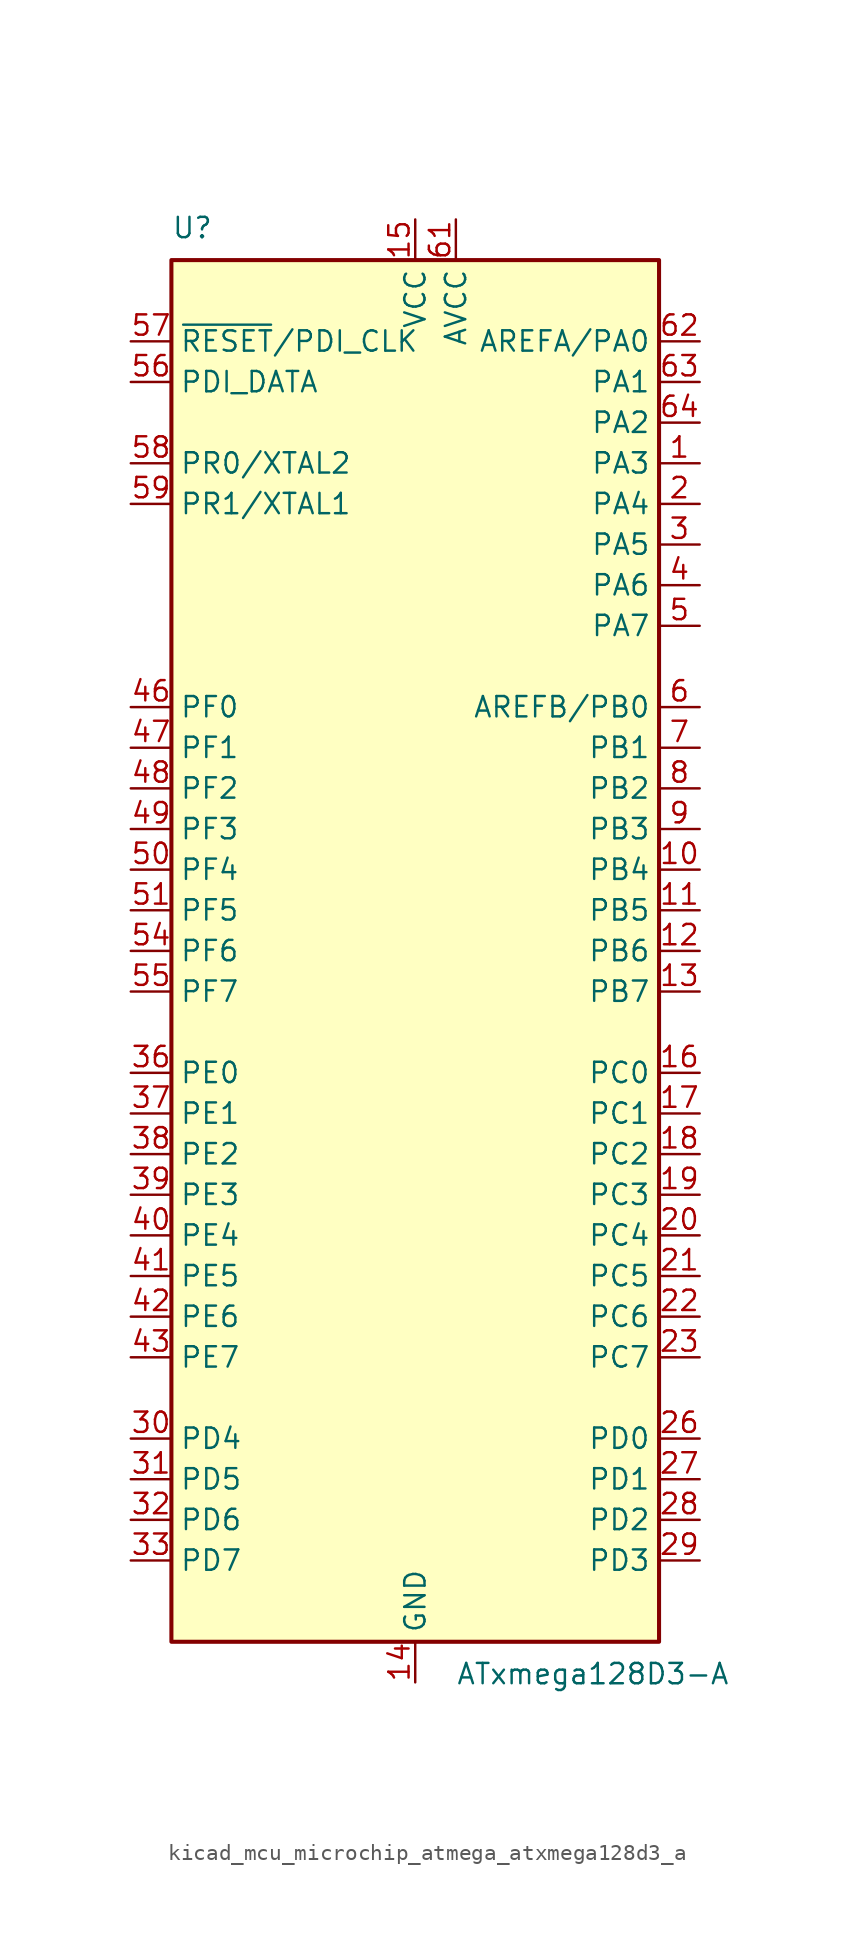
<source format=kicad_sym>
(kicad_symbol_lib
  (version 20220914)
  (generator kicad_symbol_editor)
  (symbol "kicad_mcu_microchip_atmega_atxmega128d3_a"
    (property "Reference" "U"
      (at -15.24 44.45 0)
      (effects (font (size 1.27 1.27)) (justify left bottom)))
    (property "Value" "ATxmega128D3-A"
      (at 2.54 -44.45 0)
      (effects (font (size 1.27 1.27)) (justify left top)))
    (symbol "kicad_mcu_microchip_atmega_atxmega128d3_a_0_1"
      (rectangle (start -15.24 -43.18) (end 15.24 43.18) (stroke (width 0.254) (type default)) (fill (type background))))
    (symbol "kicad_mcu_microchip_atmega_atxmega128d3_a_1_1"
      (pin bidirectional line (at 17.78 30.48 180) (length 2.54) (name "PA3" (effects (font (size 1.27 1.27)))) (number "1" (effects (font (size 1.27 1.27)))))
      (pin bidirectional line (at 17.78 5.08 180) (length 2.54) (name "PB4" (effects (font (size 1.27 1.27)))) (number "10" (effects (font (size 1.27 1.27)))))
      (pin bidirectional line (at 17.78 2.54 180) (length 2.54) (name "PB5" (effects (font (size 1.27 1.27)))) (number "11" (effects (font (size 1.27 1.27)))))
      (pin bidirectional line (at 17.78 0 180) (length 2.54) (name "PB6" (effects (font (size 1.27 1.27)))) (number "12" (effects (font (size 1.27 1.27)))))
      (pin bidirectional line (at 17.78 -2.54 180) (length 2.54) (name "PB7" (effects (font (size 1.27 1.27)))) (number "13" (effects (font (size 1.27 1.27)))))
      (pin power_in line (at 0 -45.72 90) (length 2.54) (name "GND" (effects (font (size 1.27 1.27)))) (number "14" (effects (font (size 1.27 1.27)))))
      (pin power_in line (at 0 45.72 270) (length 2.54) (name "VCC" (effects (font (size 1.27 1.27)))) (number "15" (effects (font (size 1.27 1.27)))))
      (pin bidirectional line (at 17.78 -7.62 180) (length 2.54) (name "PC0" (effects (font (size 1.27 1.27)))) (number "16" (effects (font (size 1.27 1.27)))))
      (pin bidirectional line (at 17.78 -10.16 180) (length 2.54) (name "PC1" (effects (font (size 1.27 1.27)))) (number "17" (effects (font (size 1.27 1.27)))))
      (pin bidirectional line (at 17.78 -12.7 180) (length 2.54) (name "PC2" (effects (font (size 1.27 1.27)))) (number "18" (effects (font (size 1.27 1.27)))))
      (pin bidirectional line (at 17.78 -15.24 180) (length 2.54) (name "PC3" (effects (font (size 1.27 1.27)))) (number "19" (effects (font (size 1.27 1.27)))))
      (pin bidirectional line (at 17.78 27.94 180) (length 2.54) (name "PA4" (effects (font (size 1.27 1.27)))) (number "2" (effects (font (size 1.27 1.27)))))
      (pin bidirectional line (at 17.78 -17.78 180) (length 2.54) (name "PC4" (effects (font (size 1.27 1.27)))) (number "20" (effects (font (size 1.27 1.27)))))
      (pin bidirectional line (at 17.78 -20.32 180) (length 2.54) (name "PC5" (effects (font (size 1.27 1.27)))) (number "21" (effects (font (size 1.27 1.27)))))
      (pin bidirectional line (at 17.78 -22.86 180) (length 2.54) (name "PC6" (effects (font (size 1.27 1.27)))) (number "22" (effects (font (size 1.27 1.27)))))
      (pin bidirectional line (at 17.78 -25.4 180) (length 2.54) (name "PC7" (effects (font (size 1.27 1.27)))) (number "23" (effects (font (size 1.27 1.27)))))
      (pin passive line (at 0 -45.72 90) (length 2.54) hide (name "GND" (effects (font (size 1.27 1.27)))) (number "24" (effects (font (size 1.27 1.27)))))
      (pin passive line (at 0 45.72 270) (length 2.54) hide (name "VCC" (effects (font (size 1.27 1.27)))) (number "25" (effects (font (size 1.27 1.27)))))
      (pin bidirectional line (at 17.78 -30.48 180) (length 2.54) (name "PD0" (effects (font (size 1.27 1.27)))) (number "26" (effects (font (size 1.27 1.27)))))
      (pin bidirectional line (at 17.78 -33.02 180) (length 2.54) (name "PD1" (effects (font (size 1.27 1.27)))) (number "27" (effects (font (size 1.27 1.27)))))
      (pin bidirectional line (at 17.78 -35.56 180) (length 2.54) (name "PD2" (effects (font (size 1.27 1.27)))) (number "28" (effects (font (size 1.27 1.27)))))
      (pin bidirectional line (at 17.78 -38.1 180) (length 2.54) (name "PD3" (effects (font (size 1.27 1.27)))) (number "29" (effects (font (size 1.27 1.27)))))
      (pin bidirectional line (at 17.78 25.4 180) (length 2.54) (name "PA5" (effects (font (size 1.27 1.27)))) (number "3" (effects (font (size 1.27 1.27)))))
      (pin bidirectional line (at -17.78 -30.48 0) (length 2.54) (name "PD4" (effects (font (size 1.27 1.27)))) (number "30" (effects (font (size 1.27 1.27)))))
      (pin bidirectional line (at -17.78 -33.02 0) (length 2.54) (name "PD5" (effects (font (size 1.27 1.27)))) (number "31" (effects (font (size 1.27 1.27)))))
      (pin bidirectional line (at -17.78 -35.56 0) (length 2.54) (name "PD6" (effects (font (size 1.27 1.27)))) (number "32" (effects (font (size 1.27 1.27)))))
      (pin bidirectional line (at -17.78 -38.1 0) (length 2.54) (name "PD7" (effects (font (size 1.27 1.27)))) (number "33" (effects (font (size 1.27 1.27)))))
      (pin passive line (at 0 -45.72 90) (length 2.54) hide (name "GND" (effects (font (size 1.27 1.27)))) (number "34" (effects (font (size 1.27 1.27)))))
      (pin passive line (at 0 45.72 270) (length 2.54) hide (name "VCC" (effects (font (size 1.27 1.27)))) (number "35" (effects (font (size 1.27 1.27)))))
      (pin bidirectional line (at -17.78 -7.62 0) (length 2.54) (name "PE0" (effects (font (size 1.27 1.27)))) (number "36" (effects (font (size 1.27 1.27)))))
      (pin bidirectional line (at -17.78 -10.16 0) (length 2.54) (name "PE1" (effects (font (size 1.27 1.27)))) (number "37" (effects (font (size 1.27 1.27)))))
      (pin bidirectional line (at -17.78 -12.7 0) (length 2.54) (name "PE2" (effects (font (size 1.27 1.27)))) (number "38" (effects (font (size 1.27 1.27)))))
      (pin bidirectional line (at -17.78 -15.24 0) (length 2.54) (name "PE3" (effects (font (size 1.27 1.27)))) (number "39" (effects (font (size 1.27 1.27)))))
      (pin bidirectional line (at 17.78 22.86 180) (length 2.54) (name "PA6" (effects (font (size 1.27 1.27)))) (number "4" (effects (font (size 1.27 1.27)))))
      (pin bidirectional line (at -17.78 -17.78 0) (length 2.54) (name "PE4" (effects (font (size 1.27 1.27)))) (number "40" (effects (font (size 1.27 1.27)))))
      (pin bidirectional line (at -17.78 -20.32 0) (length 2.54) (name "PE5" (effects (font (size 1.27 1.27)))) (number "41" (effects (font (size 1.27 1.27)))))
      (pin bidirectional line (at -17.78 -22.86 0) (length 2.54) (name "PE6" (effects (font (size 1.27 1.27)))) (number "42" (effects (font (size 1.27 1.27)))))
      (pin bidirectional line (at -17.78 -25.4 0) (length 2.54) (name "PE7" (effects (font (size 1.27 1.27)))) (number "43" (effects (font (size 1.27 1.27)))))
      (pin passive line (at 0 -45.72 90) (length 2.54) hide (name "GND" (effects (font (size 1.27 1.27)))) (number "44" (effects (font (size 1.27 1.27)))))
      (pin passive line (at 0 45.72 270) (length 2.54) hide (name "VCC" (effects (font (size 1.27 1.27)))) (number "45" (effects (font (size 1.27 1.27)))))
      (pin bidirectional line (at -17.78 15.24 0) (length 2.54) (name "PF0" (effects (font (size 1.27 1.27)))) (number "46" (effects (font (size 1.27 1.27)))))
      (pin bidirectional line (at -17.78 12.7 0) (length 2.54) (name "PF1" (effects (font (size 1.27 1.27)))) (number "47" (effects (font (size 1.27 1.27)))))
      (pin bidirectional line (at -17.78 10.16 0) (length 2.54) (name "PF2" (effects (font (size 1.27 1.27)))) (number "48" (effects (font (size 1.27 1.27)))))
      (pin bidirectional line (at -17.78 7.62 0) (length 2.54) (name "PF3" (effects (font (size 1.27 1.27)))) (number "49" (effects (font (size 1.27 1.27)))))
      (pin bidirectional line (at 17.78 20.32 180) (length 2.54) (name "PA7" (effects (font (size 1.27 1.27)))) (number "5" (effects (font (size 1.27 1.27)))))
      (pin bidirectional line (at -17.78 5.08 0) (length 2.54) (name "PF4" (effects (font (size 1.27 1.27)))) (number "50" (effects (font (size 1.27 1.27)))))
      (pin bidirectional line (at -17.78 2.54 0) (length 2.54) (name "PF5" (effects (font (size 1.27 1.27)))) (number "51" (effects (font (size 1.27 1.27)))))
      (pin passive line (at 0 -45.72 90) (length 2.54) hide (name "GND" (effects (font (size 1.27 1.27)))) (number "52" (effects (font (size 1.27 1.27)))))
      (pin passive line (at 0 45.72 270) (length 2.54) hide (name "VCC" (effects (font (size 1.27 1.27)))) (number "53" (effects (font (size 1.27 1.27)))))
      (pin bidirectional line (at -17.78 0 0) (length 2.54) (name "PF6" (effects (font (size 1.27 1.27)))) (number "54" (effects (font (size 1.27 1.27)))))
      (pin bidirectional line (at -17.78 -2.54 0) (length 2.54) (name "PF7" (effects (font (size 1.27 1.27)))) (number "55" (effects (font (size 1.27 1.27)))))
      (pin bidirectional line (at -17.78 35.56 0) (length 2.54) (name "PDI_DATA" (effects (font (size 1.27 1.27)))) (number "56" (effects (font (size 1.27 1.27)))))
      (pin input line (at -17.78 38.1 0) (length 2.54) (name "~{RESET}/PDI_CLK" (effects (font (size 1.27 1.27)))) (number "57" (effects (font (size 1.27 1.27)))))
      (pin bidirectional line (at -17.78 30.48 0) (length 2.54) (name "PR0/XTAL2" (effects (font (size 1.27 1.27)))) (number "58" (effects (font (size 1.27 1.27)))))
      (pin bidirectional line (at -17.78 27.94 0) (length 2.54) (name "PR1/XTAL1" (effects (font (size 1.27 1.27)))) (number "59" (effects (font (size 1.27 1.27)))))
      (pin bidirectional line (at 17.78 15.24 180) (length 2.54) (name "AREFB/PB0" (effects (font (size 1.27 1.27)))) (number "6" (effects (font (size 1.27 1.27)))))
      (pin passive line (at 0 -45.72 90) (length 2.54) hide (name "GND" (effects (font (size 1.27 1.27)))) (number "60" (effects (font (size 1.27 1.27)))))
      (pin power_in line (at 2.54 45.72 270) (length 2.54) (name "AVCC" (effects (font (size 1.27 1.27)))) (number "61" (effects (font (size 1.27 1.27)))))
      (pin bidirectional line (at 17.78 38.1 180) (length 2.54) (name "AREFA/PA0" (effects (font (size 1.27 1.27)))) (number "62" (effects (font (size 1.27 1.27)))))
      (pin bidirectional line (at 17.78 35.56 180) (length 2.54) (name "PA1" (effects (font (size 1.27 1.27)))) (number "63" (effects (font (size 1.27 1.27)))))
      (pin bidirectional line (at 17.78 33.02 180) (length 2.54) (name "PA2" (effects (font (size 1.27 1.27)))) (number "64" (effects (font (size 1.27 1.27)))))
      (pin bidirectional line (at 17.78 12.7 180) (length 2.54) (name "PB1" (effects (font (size 1.27 1.27)))) (number "7" (effects (font (size 1.27 1.27)))))
      (pin bidirectional line (at 17.78 10.16 180) (length 2.54) (name "PB2" (effects (font (size 1.27 1.27)))) (number "8" (effects (font (size 1.27 1.27)))))
      (pin bidirectional line (at 17.78 7.62 180) (length 2.54) (name "PB3" (effects (font (size 1.27 1.27)))) (number "9" (effects (font (size 1.27 1.27))))))))
</source>
